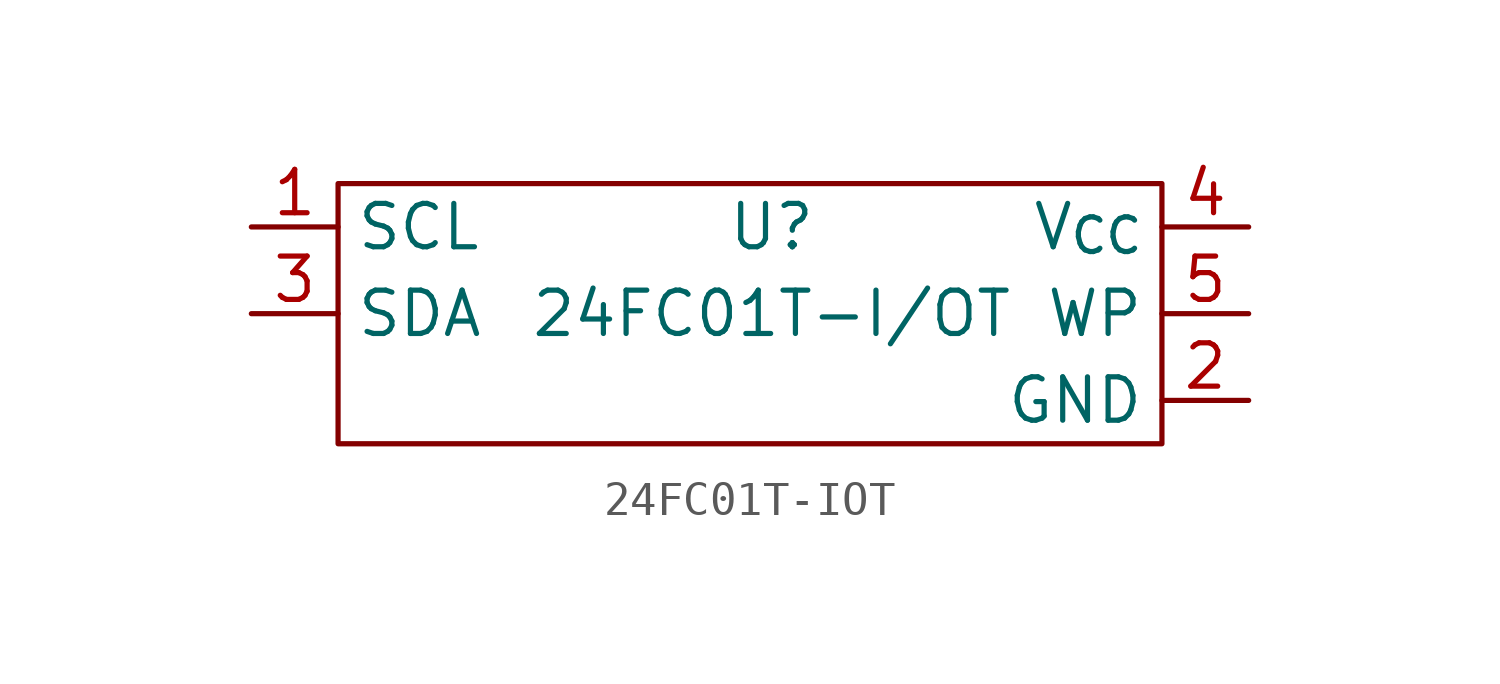
<source format=kicad_sym>
(kicad_symbol_lib
  (version 20220914)
  (generator kicad_symbol_editor)
  (symbol "24FC01T-IOT"
    (property "Reference" "U"
      (at 0 2.54 0)
      (effects (font (size 1.27 1.27))))
    (property "Value" "24FC01T-I/OT"
      (at 0 0 0)
      (effects (font (size 1.27 1.27))))
    (symbol "24FC01T-IOT_0_1"
      (rectangle (start -12.7 3.81) (end 11.43 -3.81) (stroke (width 0) (type default)) (fill (type none))))
    (symbol "24FC01T-IOT_1_1"
      (pin input line (at -15.24 2.54 0) (length 2.54) (name "SCL" (effects (font (size 1.27 1.27)))) (number "1" (effects (font (size 1.27 1.27)))))
      (pin input line (at 13.97 -2.54 180) (length 2.54) (name "GND" (effects (font (size 1.27 1.27)))) (number "2" (effects (font (size 1.27 1.27)))))
      (pin input line (at -15.24 0 0) (length 2.54) (name "SDA" (effects (font (size 1.27 1.27)))) (number "3" (effects (font (size 1.27 1.27)))))
      (pin input line (at 13.97 2.54 180) (length 2.54) (name "V_{CC}" (effects (font (size 1.27 1.27)))) (number "4" (effects (font (size 1.27 1.27)))))
      (pin input line (at 13.97 0 180) (length 2.54) (name "WP" (effects (font (size 1.27 1.27)))) (number "5" (effects (font (size 1.27 1.27))))))))
</source>
